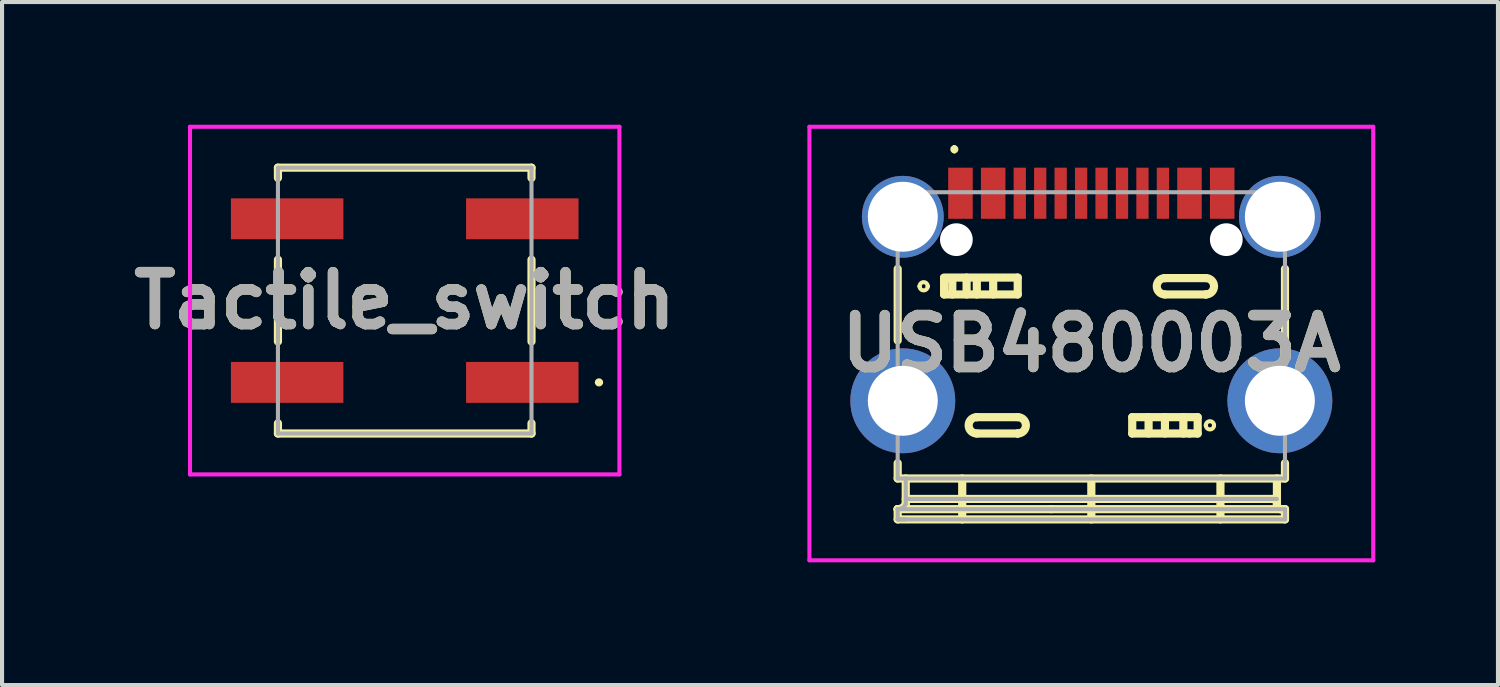
<source format=kicad_pcb>
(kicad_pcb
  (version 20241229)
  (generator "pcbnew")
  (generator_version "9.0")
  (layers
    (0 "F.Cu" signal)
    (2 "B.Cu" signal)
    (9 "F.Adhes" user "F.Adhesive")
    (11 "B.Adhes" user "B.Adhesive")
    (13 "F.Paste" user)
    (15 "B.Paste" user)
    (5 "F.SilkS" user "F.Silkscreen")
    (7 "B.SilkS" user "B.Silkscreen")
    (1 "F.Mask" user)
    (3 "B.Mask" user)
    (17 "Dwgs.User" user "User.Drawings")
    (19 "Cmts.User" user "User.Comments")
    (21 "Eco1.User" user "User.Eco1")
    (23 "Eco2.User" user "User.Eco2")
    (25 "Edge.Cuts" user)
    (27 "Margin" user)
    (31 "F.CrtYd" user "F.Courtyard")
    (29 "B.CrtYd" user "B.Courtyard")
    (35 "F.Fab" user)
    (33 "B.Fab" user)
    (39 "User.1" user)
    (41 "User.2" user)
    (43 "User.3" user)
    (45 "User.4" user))
  (footprint "Tactile_switch"
    (layer "F.Cu")
    (at 6.846 4.3)
    (property "Reference" "Tactile_switch" (at 0 0 0) (layer "F.SilkS") (effects (font (size 1.27 1.27) (thickness 0.254))))
    (attr smd)
    (fp_line (start -3.1 -3.25) (end 3.1 -3.25) (stroke (width 0.2) (type solid)) (layer "F.SilkS"))
    (fp_line (start -3.1 -3) (end -3.1 -3.25) (stroke (width 0.2) (type solid)) (layer "F.SilkS"))
    (fp_line (start -3.1 1) (end -3.1 -1) (stroke (width 0.2) (type solid)) (layer "F.SilkS"))
    (fp_line (start -3.1 3) (end -3.1 3.25) (stroke (width 0.2) (type solid)) (layer "F.SilkS"))
    (fp_line (start -3.1 3.25) (end 3.1 3.25) (stroke (width 0.2) (type solid)) (layer "F.SilkS"))
    (fp_line (start 3.1 -3.25) (end 3.1 -3) (stroke (width 0.2) (type solid)) (layer "F.SilkS"))
    (fp_line (start 3.1 1) (end 3.1 -1) (stroke (width 0.2) (type solid)) (layer "F.SilkS"))
    (fp_line (start 3.1 3.25) (end 3.1 3) (stroke (width 0.2) (type solid)) (layer "F.SilkS"))
    (fp_line (start 4.7 2) (end 4.7 2) (stroke (width 0.1) (type solid)) (layer "F.SilkS"))
    (fp_line (start 4.8 2) (end 4.8 2) (stroke (width 0.1) (type solid)) (layer "F.SilkS"))
    (fp_arc (start 4.7 2) (mid 4.75 1.95) (end 4.8 2) (stroke (width 0.1) (type solid)) (layer "F.SilkS"))
    (fp_arc (start 4.8 2) (mid 4.75 2.05) (end 4.7 2) (stroke (width 0.1) (type solid)) (layer "F.SilkS"))
    (fp_line (start -5.25 -4.25) (end 5.25 -4.25) (stroke (width 0.1) (type solid)) (layer "F.CrtYd"))
    (fp_line (start -5.25 4.25) (end -5.25 -4.25) (stroke (width 0.1) (type solid)) (layer "F.CrtYd"))
    (fp_line (start 5.25 -4.25) (end 5.25 4.25) (stroke (width 0.1) (type solid)) (layer "F.CrtYd"))
    (fp_line (start 5.25 4.25) (end -5.25 4.25) (stroke (width 0.1) (type solid)) (layer "F.CrtYd"))
    (fp_line (start -3.1 -3.25) (end -3.1 3.25) (stroke (width 0.1) (type solid)) (layer "F.Fab"))
    (fp_line (start -3.1 3.25) (end 3.1 3.25) (stroke (width 0.1) (type solid)) (layer "F.Fab"))
    (fp_line (start 3.1 -3.25) (end -3.1 -3.25) (stroke (width 0.1) (type solid)) (layer "F.Fab"))
    (fp_line (start 3.1 3.25) (end 3.1 -3.25) (stroke (width 0.1) (type solid)) (layer "F.Fab"))
    (fp_text user "${REFERENCE}" (at 0 0 0) (layer "F.Fab") (effects (font (size 1.27 1.27) (thickness 0.254))))
    (pad "1" smd rect (at -2.875 2 90) (size 1 2.75) (layers "F.Cu" "F.Mask" "F.Paste"))
    (pad "1" smd rect (at 2.875 2 90) (size 1 2.75) (layers "F.Cu" "F.Mask" "F.Paste"))
    (pad "2" smd rect (at -2.875 -2 90) (size 1 2.75) (layers "F.Cu" "F.Mask" "F.Paste"))
    (pad "2" smd rect (at 2.875 -2 90) (size 1 2.75) (layers "F.Cu" "F.Mask" "F.Paste")))
  (footprint "USB480003A"
    (layer "F.Cu")
    (at 23.635 5.35)
    (property "Reference" "USB480003A" (at 0 0 0) (layer "F.SilkS") (effects (font (size 1.27 1.27) (thickness 0.254))))
    (attr through_hole)
    (fp_line (start -4.735 -1.825) (end -4.735 -0.075) (stroke (width 0.2) (type solid)) (layer "F.SilkS"))
    (fp_line (start -4.735 2.925) (end -4.735 3.3) (stroke (width 0.2) (type solid)) (layer "F.SilkS"))
    (fp_line (start -4.735 3.3) (end 4.735 3.3) (stroke (width 0.2) (type solid)) (layer "F.SilkS"))
    (fp_line (start -4.735 4.05) (end -4.735 4.05) (stroke (width 0.2) (type solid)) (layer "F.SilkS"))
    (fp_line (start -4.735 4.05) (end -4.735 4.05) (stroke (width 0.2) (type solid)) (layer "F.SilkS"))
    (fp_line (start -4.735 4.05) (end -4.735 4.3) (stroke (width 0.2) (type solid)) (layer "F.SilkS"))
    (fp_line (start -4.735 4.3) (end 4.735 4.3) (stroke (width 0.2) (type solid)) (layer "F.SilkS"))
    (fp_line (start -4.538 3.8) (end 4.538 3.8) (stroke (width 0.2) (type solid)) (layer "F.SilkS"))
    (fp_line (start -4.538 3.925) (end -4.538 3.3) (stroke (width 0.2) (type solid)) (layer "F.SilkS"))
    (fp_line (start -4.2 -1.4) (end -4.2 -1.4) (stroke (width 0.1) (type solid)) (layer "F.SilkS"))
    (fp_line (start -4 -1.4) (end -4 -1.4) (stroke (width 0.1) (type solid)) (layer "F.SilkS"))
    (fp_line (start -3.6 -1.613) (end -1.8 -1.613) (stroke (width 0.2) (type solid)) (layer "F.SilkS"))
    (fp_line (start -3.6 -1.6) (end -3.4 -1.6) (stroke (width 0.2) (type solid)) (layer "F.SilkS"))
    (fp_line (start -3.6 -1.2) (end -3.6 -1.6) (stroke (width 0.2) (type solid)) (layer "F.SilkS"))
    (fp_line (start -3.4 -1.6) (end -3.4 -1.2) (stroke (width 0.2) (type solid)) (layer "F.SilkS"))
    (fp_line (start -3.35 -4.8) (end -3.35 -4.8) (stroke (width 0.1) (type solid)) (layer "F.SilkS"))
    (fp_line (start -3.35 -4.7) (end -3.35 -4.7) (stroke (width 0.1) (type solid)) (layer "F.SilkS"))
    (fp_line (start -3.157 4.3) (end -3.157 3.3) (stroke (width 0.2) (type solid)) (layer "F.SilkS"))
    (fp_line (start -3.05 -1.613) (end -3.05 -1.2) (stroke (width 0.2) (type solid)) (layer "F.SilkS"))
    (fp_line (start -2.8 -1.6) (end -2.8 -1.2) (stroke (width 0.2) (type solid)) (layer "F.SilkS"))
    (fp_line (start -2.8 1.8) (end -2.8 1.8) (stroke (width 0.2) (type solid)) (layer "F.SilkS"))
    (fp_line (start -2.8 2.2) (end -1.8 2.2) (stroke (width 0.2) (type solid)) (layer "F.SilkS"))
    (fp_line (start -2.4 -1.6) (end -2.4 -1.2) (stroke (width 0.2) (type solid)) (layer "F.SilkS"))
    (fp_line (start -1.8 -1.613) (end -1.8 -1.2) (stroke (width 0.2) (type solid)) (layer "F.SilkS"))
    (fp_line (start -1.8 -1.2) (end -3.6 -1.2) (stroke (width 0.2) (type solid)) (layer "F.SilkS"))
    (fp_line (start -1.8 1.8) (end -2.8 1.8) (stroke (width 0.2) (type solid)) (layer "F.SilkS"))
    (fp_line (start -1.8 2.2) (end -1.8 2.2) (stroke (width 0.2) (type solid)) (layer "F.SilkS"))
    (fp_line (start -0.986 4.05) (end -4.735 4.05) (stroke (width 0.2) (type solid)) (layer "F.SilkS"))
    (fp_line (start 0 4.3) (end 0 3.3) (stroke (width 0.2) (type solid)) (layer "F.SilkS"))
    (fp_line (start 1 1.8) (end 2.6 1.8) (stroke (width 0.2) (type solid)) (layer "F.SilkS"))
    (fp_line (start 1 2.2) (end 1 1.8) (stroke (width 0.2) (type solid)) (layer "F.SilkS"))
    (fp_line (start 1.4 2.2) (end 1.4 1.8) (stroke (width 0.2) (type solid)) (layer "F.SilkS"))
    (fp_line (start 1.8 -1.6) (end 1.8 -1.6) (stroke (width 0.2) (type solid)) (layer "F.SilkS"))
    (fp_line (start 1.8 -1.2) (end 2.8 -1.2) (stroke (width 0.2) (type solid)) (layer "F.SilkS"))
    (fp_line (start 1.8 2.2) (end 1.8 1.8) (stroke (width 0.2) (type solid)) (layer "F.SilkS"))
    (fp_line (start 2.25 2.2) (end 2.25 1.8) (stroke (width 0.2) (type solid)) (layer "F.SilkS"))
    (fp_line (start 2.4 2.2) (end 1 2.2) (stroke (width 0.2) (type solid)) (layer "F.SilkS"))
    (fp_line (start 2.6 1.8) (end 2.6 2.2) (stroke (width 0.2) (type solid)) (layer "F.SilkS"))
    (fp_line (start 2.6 2.2) (end 2.4 2.2) (stroke (width 0.2) (type solid)) (layer "F.SilkS"))
    (fp_line (start 2.8 -1.6) (end 1.8 -1.6) (stroke (width 0.2) (type solid)) (layer "F.SilkS"))
    (fp_line (start 2.8 -1.2) (end 2.8 -1.2) (stroke (width 0.2) (type solid)) (layer "F.SilkS"))
    (fp_line (start 2.8 2) (end 2.8 2) (stroke (width 0.1) (type solid)) (layer "F.SilkS"))
    (fp_line (start 3 2) (end 3 2) (stroke (width 0.1) (type solid)) (layer "F.SilkS"))
    (fp_line (start 3.157 4.3) (end 3.157 3.3) (stroke (width 0.2) (type solid)) (layer "F.SilkS"))
    (fp_line (start 4.538 3.3) (end 4.538 3.925) (stroke (width 0.2) (type solid)) (layer "F.SilkS"))
    (fp_line (start 4.538 3.925) (end 4.538 3.925) (stroke (width 0.2) (type solid)) (layer "F.SilkS"))
    (fp_line (start 4.735 -0.075) (end 4.735 -1.825) (stroke (width 0.2) (type solid)) (layer "F.SilkS"))
    (fp_line (start 4.735 3.3) (end 4.735 2.925) (stroke (width 0.2) (type solid)) (layer "F.SilkS"))
    (fp_line (start 4.735 4.05) (end -0.986 4.05) (stroke (width 0.2) (type solid)) (layer "F.SilkS"))
    (fp_line (start 4.735 4.3) (end 4.735 4.05) (stroke (width 0.2) (type solid)) (layer "F.SilkS"))
    (fp_arc (start -4.5382 3.925107) (mid -4.618458 4.016141) (end -4.735 4.05) (stroke (width 0.2) (type solid)) (layer "F.SilkS"))
    (fp_arc (start -4.2 -1.4) (mid -4.1 -1.5) (end -4 -1.4) (stroke (width 0.1) (type solid)) (layer "F.SilkS"))
    (fp_arc (start -4 -1.4) (mid -4.1 -1.3) (end -4.2 -1.4) (stroke (width 0.1) (type solid)) (layer "F.SilkS"))
    (fp_arc (start -3.35 -4.8) (mid -3.3 -4.75) (end -3.35 -4.7) (stroke (width 0.1) (type solid)) (layer "F.SilkS"))
    (fp_arc (start -3.35 -4.7) (mid -3.4 -4.75) (end -3.35 -4.8) (stroke (width 0.1) (type solid)) (layer "F.SilkS"))
    (fp_arc (start -2.8 2.2) (mid -3 2) (end -2.8 1.8) (stroke (width 0.2) (type solid)) (layer "F.SilkS"))
    (fp_arc (start -1.8 1.8) (mid -1.6 2) (end -1.8 2.2) (stroke (width 0.2) (type solid)) (layer "F.SilkS"))
    (fp_arc (start 1.8 -1.2) (mid 1.6 -1.4) (end 1.8 -1.6) (stroke (width 0.2) (type solid)) (layer "F.SilkS"))
    (fp_arc (start 2.8 -1.6) (mid 3 -1.4) (end 2.8 -1.2) (stroke (width 0.2) (type solid)) (layer "F.SilkS"))
    (fp_arc (start 2.8 2) (mid 2.9 1.9) (end 3 2) (stroke (width 0.1) (type solid)) (layer "F.SilkS"))
    (fp_arc (start 3 2) (mid 2.9 2.1) (end 2.8 2) (stroke (width 0.1) (type solid)) (layer "F.SilkS"))
    (fp_arc (start 4.734758 4.049866) (mid 4.602056 4.041517) (end 4.538 3.925) (stroke (width 0.2) (type solid)) (layer "F.SilkS"))
    (fp_line (start -6.893 -5.3) (end 6.893 -5.3) (stroke (width 0.1) (type solid)) (layer "F.CrtYd"))
    (fp_line (start -6.893 5.3) (end -6.893 -5.3) (stroke (width 0.1) (type solid)) (layer "F.CrtYd"))
    (fp_line (start 6.893 -5.3) (end 6.893 5.3) (stroke (width 0.1) (type solid)) (layer "F.CrtYd"))
    (fp_line (start 6.893 5.3) (end -6.893 5.3) (stroke (width 0.1) (type solid)) (layer "F.CrtYd"))
    (fp_line (start -4.735 -3.7) (end 4.735 -3.7) (stroke (width 0.1) (type solid)) (layer "F.Fab"))
    (fp_line (start -4.735 3.3) (end -4.735 -3.7) (stroke (width 0.1) (type solid)) (layer "F.Fab"))
    (fp_line (start -4.735 4.05) (end -4.735 4.05) (stroke (width 0.1) (type solid)) (layer "F.Fab"))
    (fp_line (start -4.735 4.05) (end -4.735 4.05) (stroke (width 0.1) (type solid)) (layer "F.Fab"))
    (fp_line (start -4.735 4.05) (end -4.735 4.3) (stroke (width 0.1) (type solid)) (layer "F.Fab"))
    (fp_line (start -4.735 4.3) (end -4.538 4.3) (stroke (width 0.1) (type solid)) (layer "F.Fab"))
    (fp_line (start -4.735 4.3) (end 4.735 4.3) (stroke (width 0.1) (type solid)) (layer "F.Fab"))
    (fp_line (start -4.538 3.8) (end 4.538 3.8) (stroke (width 0.1) (type solid)) (layer "F.Fab"))
    (fp_line (start -4.538 3.925) (end -4.538 3.3) (stroke (width 0.1) (type solid)) (layer "F.Fab"))
    (fp_line (start 4.735 -3.7) (end 4.735 3.3) (stroke (width 0.1) (type solid)) (layer "F.Fab"))
    (fp_line (start 4.735 3.3) (end -4.735 3.3) (stroke (width 0.1) (type solid)) (layer "F.Fab"))
    (fp_line (start 4.735 4.05) (end -4.735 4.05) (stroke (width 0.1) (type solid)) (layer "F.Fab"))
    (fp_line (start 4.735 4.3) (end 4.735 4.05) (stroke (width 0.1) (type solid)) (layer "F.Fab"))
    (fp_arc (start -4.5382 3.925107) (mid -4.618458 4.016141) (end -4.735 4.05) (stroke (width 0.1) (type solid)) (layer "F.Fab"))
    (fp_text user "${REFERENCE}" (at 0 0 0) (layer "F.Fab") (effects (font (size 1.27 1.27) (thickness 0.254))))
    (pad "" np_thru_hole circle (at -3.3 -2.54) (size 0.8 0.8) (drill 0.8) (layers "*.Cu" "*.Mask"))
    (pad "" np_thru_hole circle (at 3.3 -2.54) (size 0.8 0.8) (drill 0.8) (layers "*.Cu" "*.Mask"))
    (pad "1" smd rect (at -2.4 -3.675) (size 0.6 1.25) (layers "F.Cu" "F.Mask" "F.Paste"))
    (pad "1" smd rect (at 2.4 -3.675) (size 0.6 1.25) (layers "F.Cu" "F.Mask" "F.Paste"))
    (pad "2" smd rect (at 1.25 -3.675) (size 0.3 1.25) (layers "F.Cu" "F.Mask" "F.Paste"))
    (pad "3" smd rect (at -1.75 -3.675) (size 0.3 1.25) (layers "F.Cu" "F.Mask" "F.Paste"))
    (pad "4" smd rect (at -0.25 -3.675) (size 0.3 1.25) (layers "F.Cu" "F.Mask" "F.Paste"))
    (pad "5" smd rect (at 0.75 -3.675) (size 0.3 1.25) (layers "F.Cu" "F.Mask" "F.Paste"))
    (pad "6" smd rect (at 0.25 -3.675) (size 0.3 1.25) (layers "F.Cu" "F.Mask" "F.Paste"))
    (pad "7" smd rect (at -0.75 -3.675) (size 0.3 1.25) (layers "F.Cu" "F.Mask" "F.Paste"))
    (pad "8" smd rect (at -1.25 -3.675) (size 0.3 1.25) (layers "F.Cu" "F.Mask" "F.Paste"))
    (pad "9" smd rect (at 1.75 -3.675) (size 0.3 1.25) (layers "F.Cu" "F.Mask" "F.Paste"))
    (pad "10" smd rect (at -3.2 -3.675) (size 0.6 1.25) (layers "F.Cu" "F.Mask" "F.Paste"))
    (pad "10" smd rect (at 3.2 -3.675) (size 0.6 1.25) (layers "F.Cu" "F.Mask" "F.Paste"))
    (pad "S1" thru_hole circle (at -4.61 -3.1) (size 2 2) (drill 1.71) (layers "*.Cu" "*.Mask"))
    (pad "S2" thru_hole circle (at 4.61 -3.1) (size 2 2) (drill 1.71) (layers "*.Cu" "*.Mask"))
    (pad "S3" thru_hole circle (at -4.61 1.4) (size 2.565 2.565) (drill 1.71) (layers "*.Cu" "*.Mask"))
    (pad "S4" thru_hole circle (at 4.61 1.4) (size 2.565 2.565) (drill 1.71) (layers "*.Cu" "*.Mask")))
  (gr_rect
    (start -3 -3)
    (end 33.578 13.7)
    (stroke (width 0.1) (type default))
    (fill no)
    (layer "Edge.Cuts")))
</source>
